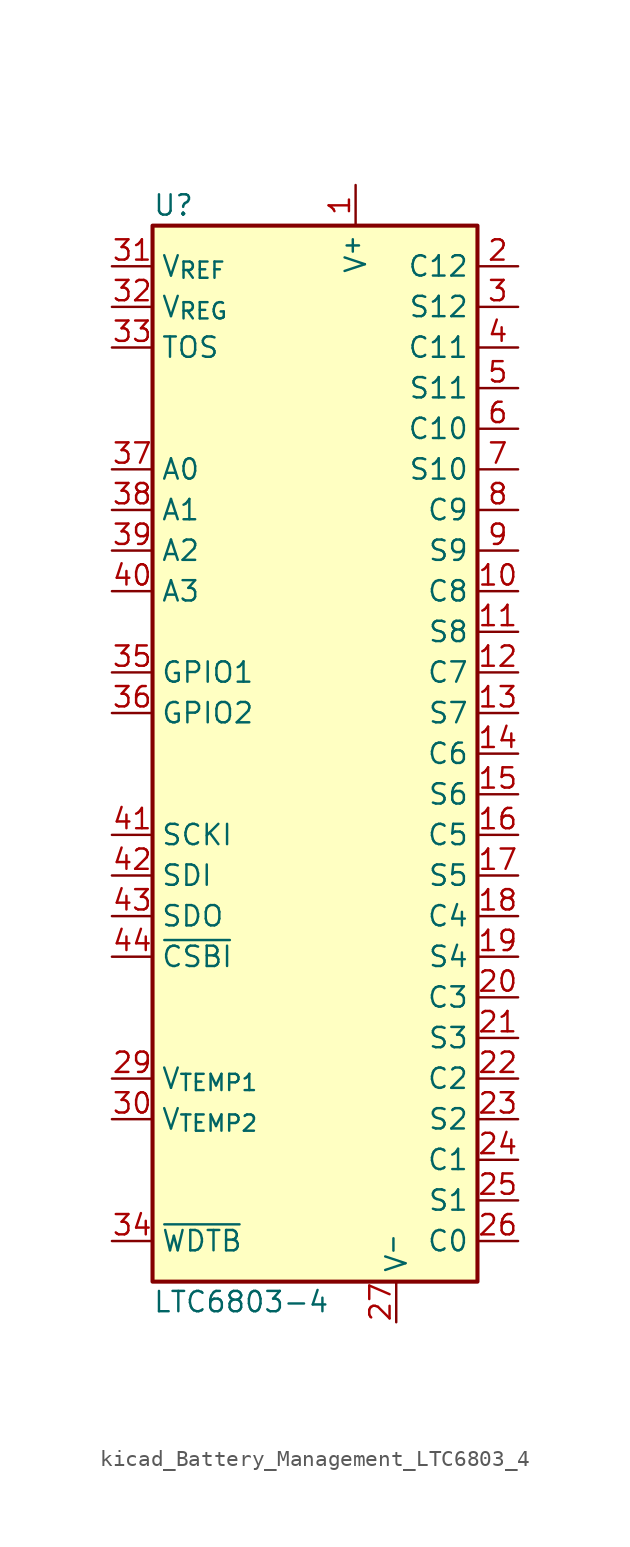
<source format=kicad_sym>
(kicad_symbol_lib
  (version 20220914)
  (generator kicad_symbol_editor)
  (symbol "kicad_Battery_Management_LTC6803_4"
    (property "Reference" "U"
      (at -10.16 34.29 0)
      (effects (font (size 1.27 1.27)) (justify left)))
    (property "Value" "LTC6803-4"
      (at -10.16 -34.29 0)
      (effects (font (size 1.27 1.27)) (justify left)))
    (symbol "kicad_Battery_Management_LTC6803_4_0_1"
      (rectangle (start 10.16 -33.02) (end -10.16 33.02) (stroke (width 0.254) (type default)) (fill (type background))))
    (symbol "kicad_Battery_Management_LTC6803_4_1_1"
      (pin input line (at 2.54 35.56 270) (length 2.54) (name "V^{+}" (effects (font (size 1.27 1.27)))) (number "1" (effects (font (size 1.27 1.27)))))
      (pin input line (at 12.7 10.16 180) (length 2.54) (name "C8" (effects (font (size 1.27 1.27)))) (number "10" (effects (font (size 1.27 1.27)))))
      (pin input line (at 12.7 7.62 180) (length 2.54) (name "S8" (effects (font (size 1.27 1.27)))) (number "11" (effects (font (size 1.27 1.27)))))
      (pin input line (at 12.7 5.08 180) (length 2.54) (name "C7" (effects (font (size 1.27 1.27)))) (number "12" (effects (font (size 1.27 1.27)))))
      (pin input line (at 12.7 2.54 180) (length 2.54) (name "S7" (effects (font (size 1.27 1.27)))) (number "13" (effects (font (size 1.27 1.27)))))
      (pin input line (at 12.7 0 180) (length 2.54) (name "C6" (effects (font (size 1.27 1.27)))) (number "14" (effects (font (size 1.27 1.27)))))
      (pin input line (at 12.7 -2.54 180) (length 2.54) (name "S6" (effects (font (size 1.27 1.27)))) (number "15" (effects (font (size 1.27 1.27)))))
      (pin input line (at 12.7 -5.08 180) (length 2.54) (name "C5" (effects (font (size 1.27 1.27)))) (number "16" (effects (font (size 1.27 1.27)))))
      (pin input line (at 12.7 -7.62 180) (length 2.54) (name "S5" (effects (font (size 1.27 1.27)))) (number "17" (effects (font (size 1.27 1.27)))))
      (pin input line (at 12.7 -10.16 180) (length 2.54) (name "C4" (effects (font (size 1.27 1.27)))) (number "18" (effects (font (size 1.27 1.27)))))
      (pin input line (at 12.7 -12.7 180) (length 2.54) (name "S4" (effects (font (size 1.27 1.27)))) (number "19" (effects (font (size 1.27 1.27)))))
      (pin input line (at 12.7 30.48 180) (length 2.54) (name "C12" (effects (font (size 1.27 1.27)))) (number "2" (effects (font (size 1.27 1.27)))))
      (pin input line (at 12.7 -15.24 180) (length 2.54) (name "C3" (effects (font (size 1.27 1.27)))) (number "20" (effects (font (size 1.27 1.27)))))
      (pin input line (at 12.7 -17.78 180) (length 2.54) (name "S3" (effects (font (size 1.27 1.27)))) (number "21" (effects (font (size 1.27 1.27)))))
      (pin input line (at 12.7 -20.32 180) (length 2.54) (name "C2" (effects (font (size 1.27 1.27)))) (number "22" (effects (font (size 1.27 1.27)))))
      (pin input line (at 12.7 -22.86 180) (length 2.54) (name "S2" (effects (font (size 1.27 1.27)))) (number "23" (effects (font (size 1.27 1.27)))))
      (pin input line (at 12.7 -25.4 180) (length 2.54) (name "C1" (effects (font (size 1.27 1.27)))) (number "24" (effects (font (size 1.27 1.27)))))
      (pin input line (at 12.7 -27.94 180) (length 2.54) (name "S1" (effects (font (size 1.27 1.27)))) (number "25" (effects (font (size 1.27 1.27)))))
      (pin input line (at 12.7 -30.48 180) (length 2.54) (name "C0" (effects (font (size 1.27 1.27)))) (number "26" (effects (font (size 1.27 1.27)))))
      (pin input line (at 5.08 -35.56 90) (length 2.54) (name "V^{-}" (effects (font (size 1.27 1.27)))) (number "27" (effects (font (size 1.27 1.27)))))
      (pin no_connect line (at 0 33.02 270) (length 2.54) hide (name "NC" (effects (font (size 1.27 1.27)))) (number "28" (effects (font (size 1.27 1.27)))))
      (pin input line (at -12.7 -20.32 0) (length 2.54) (name "V_{TEMP1}" (effects (font (size 1.27 1.27)))) (number "29" (effects (font (size 1.27 1.27)))))
      (pin input line (at 12.7 27.94 180) (length 2.54) (name "S12" (effects (font (size 1.27 1.27)))) (number "3" (effects (font (size 1.27 1.27)))))
      (pin input line (at -12.7 -22.86 0) (length 2.54) (name "V_{TEMP2}" (effects (font (size 1.27 1.27)))) (number "30" (effects (font (size 1.27 1.27)))))
      (pin input line (at -12.7 30.48 0) (length 2.54) (name "V_{REF}" (effects (font (size 1.27 1.27)))) (number "31" (effects (font (size 1.27 1.27)))))
      (pin input line (at -12.7 27.94 0) (length 2.54) (name "V_{REG}" (effects (font (size 1.27 1.27)))) (number "32" (effects (font (size 1.27 1.27)))))
      (pin input line (at -12.7 25.4 0) (length 2.54) (name "TOS" (effects (font (size 1.27 1.27)))) (number "33" (effects (font (size 1.27 1.27)))))
      (pin open_collector line (at -12.7 -30.48 0) (length 2.54) (name "~{WDTB}" (effects (font (size 1.27 1.27)))) (number "34" (effects (font (size 1.27 1.27)))))
      (pin input line (at -12.7 5.08 0) (length 2.54) (name "GPIO1" (effects (font (size 1.27 1.27)))) (number "35" (effects (font (size 1.27 1.27)))))
      (pin input line (at -12.7 2.54 0) (length 2.54) (name "GPIO2" (effects (font (size 1.27 1.27)))) (number "36" (effects (font (size 1.27 1.27)))))
      (pin input line (at -12.7 17.78 0) (length 2.54) (name "A0" (effects (font (size 1.27 1.27)))) (number "37" (effects (font (size 1.27 1.27)))))
      (pin input line (at -12.7 15.24 0) (length 2.54) (name "A1" (effects (font (size 1.27 1.27)))) (number "38" (effects (font (size 1.27 1.27)))))
      (pin input line (at -12.7 12.7 0) (length 2.54) (name "A2" (effects (font (size 1.27 1.27)))) (number "39" (effects (font (size 1.27 1.27)))))
      (pin input line (at 12.7 25.4 180) (length 2.54) (name "C11" (effects (font (size 1.27 1.27)))) (number "4" (effects (font (size 1.27 1.27)))))
      (pin input line (at -12.7 10.16 0) (length 2.54) (name "A3" (effects (font (size 1.27 1.27)))) (number "40" (effects (font (size 1.27 1.27)))))
      (pin input line (at -12.7 -5.08 0) (length 2.54) (name "SCKI" (effects (font (size 1.27 1.27)))) (number "41" (effects (font (size 1.27 1.27)))))
      (pin input line (at -12.7 -7.62 0) (length 2.54) (name "SDI" (effects (font (size 1.27 1.27)))) (number "42" (effects (font (size 1.27 1.27)))))
      (pin open_collector line (at -12.7 -10.16 0) (length 2.54) (name "SDO" (effects (font (size 1.27 1.27)))) (number "43" (effects (font (size 1.27 1.27)))))
      (pin input line (at -12.7 -12.7 0) (length 2.54) (name "~{CSBI}" (effects (font (size 1.27 1.27)))) (number "44" (effects (font (size 1.27 1.27)))))
      (pin input line (at 12.7 22.86 180) (length 2.54) (name "S11" (effects (font (size 1.27 1.27)))) (number "5" (effects (font (size 1.27 1.27)))))
      (pin input line (at 12.7 20.32 180) (length 2.54) (name "C10" (effects (font (size 1.27 1.27)))) (number "6" (effects (font (size 1.27 1.27)))))
      (pin input line (at 12.7 17.78 180) (length 2.54) (name "S10" (effects (font (size 1.27 1.27)))) (number "7" (effects (font (size 1.27 1.27)))))
      (pin input line (at 12.7 15.24 180) (length 2.54) (name "C9" (effects (font (size 1.27 1.27)))) (number "8" (effects (font (size 1.27 1.27)))))
      (pin input line (at 12.7 12.7 180) (length 2.54) (name "S9" (effects (font (size 1.27 1.27)))) (number "9" (effects (font (size 1.27 1.27))))))))
</source>
